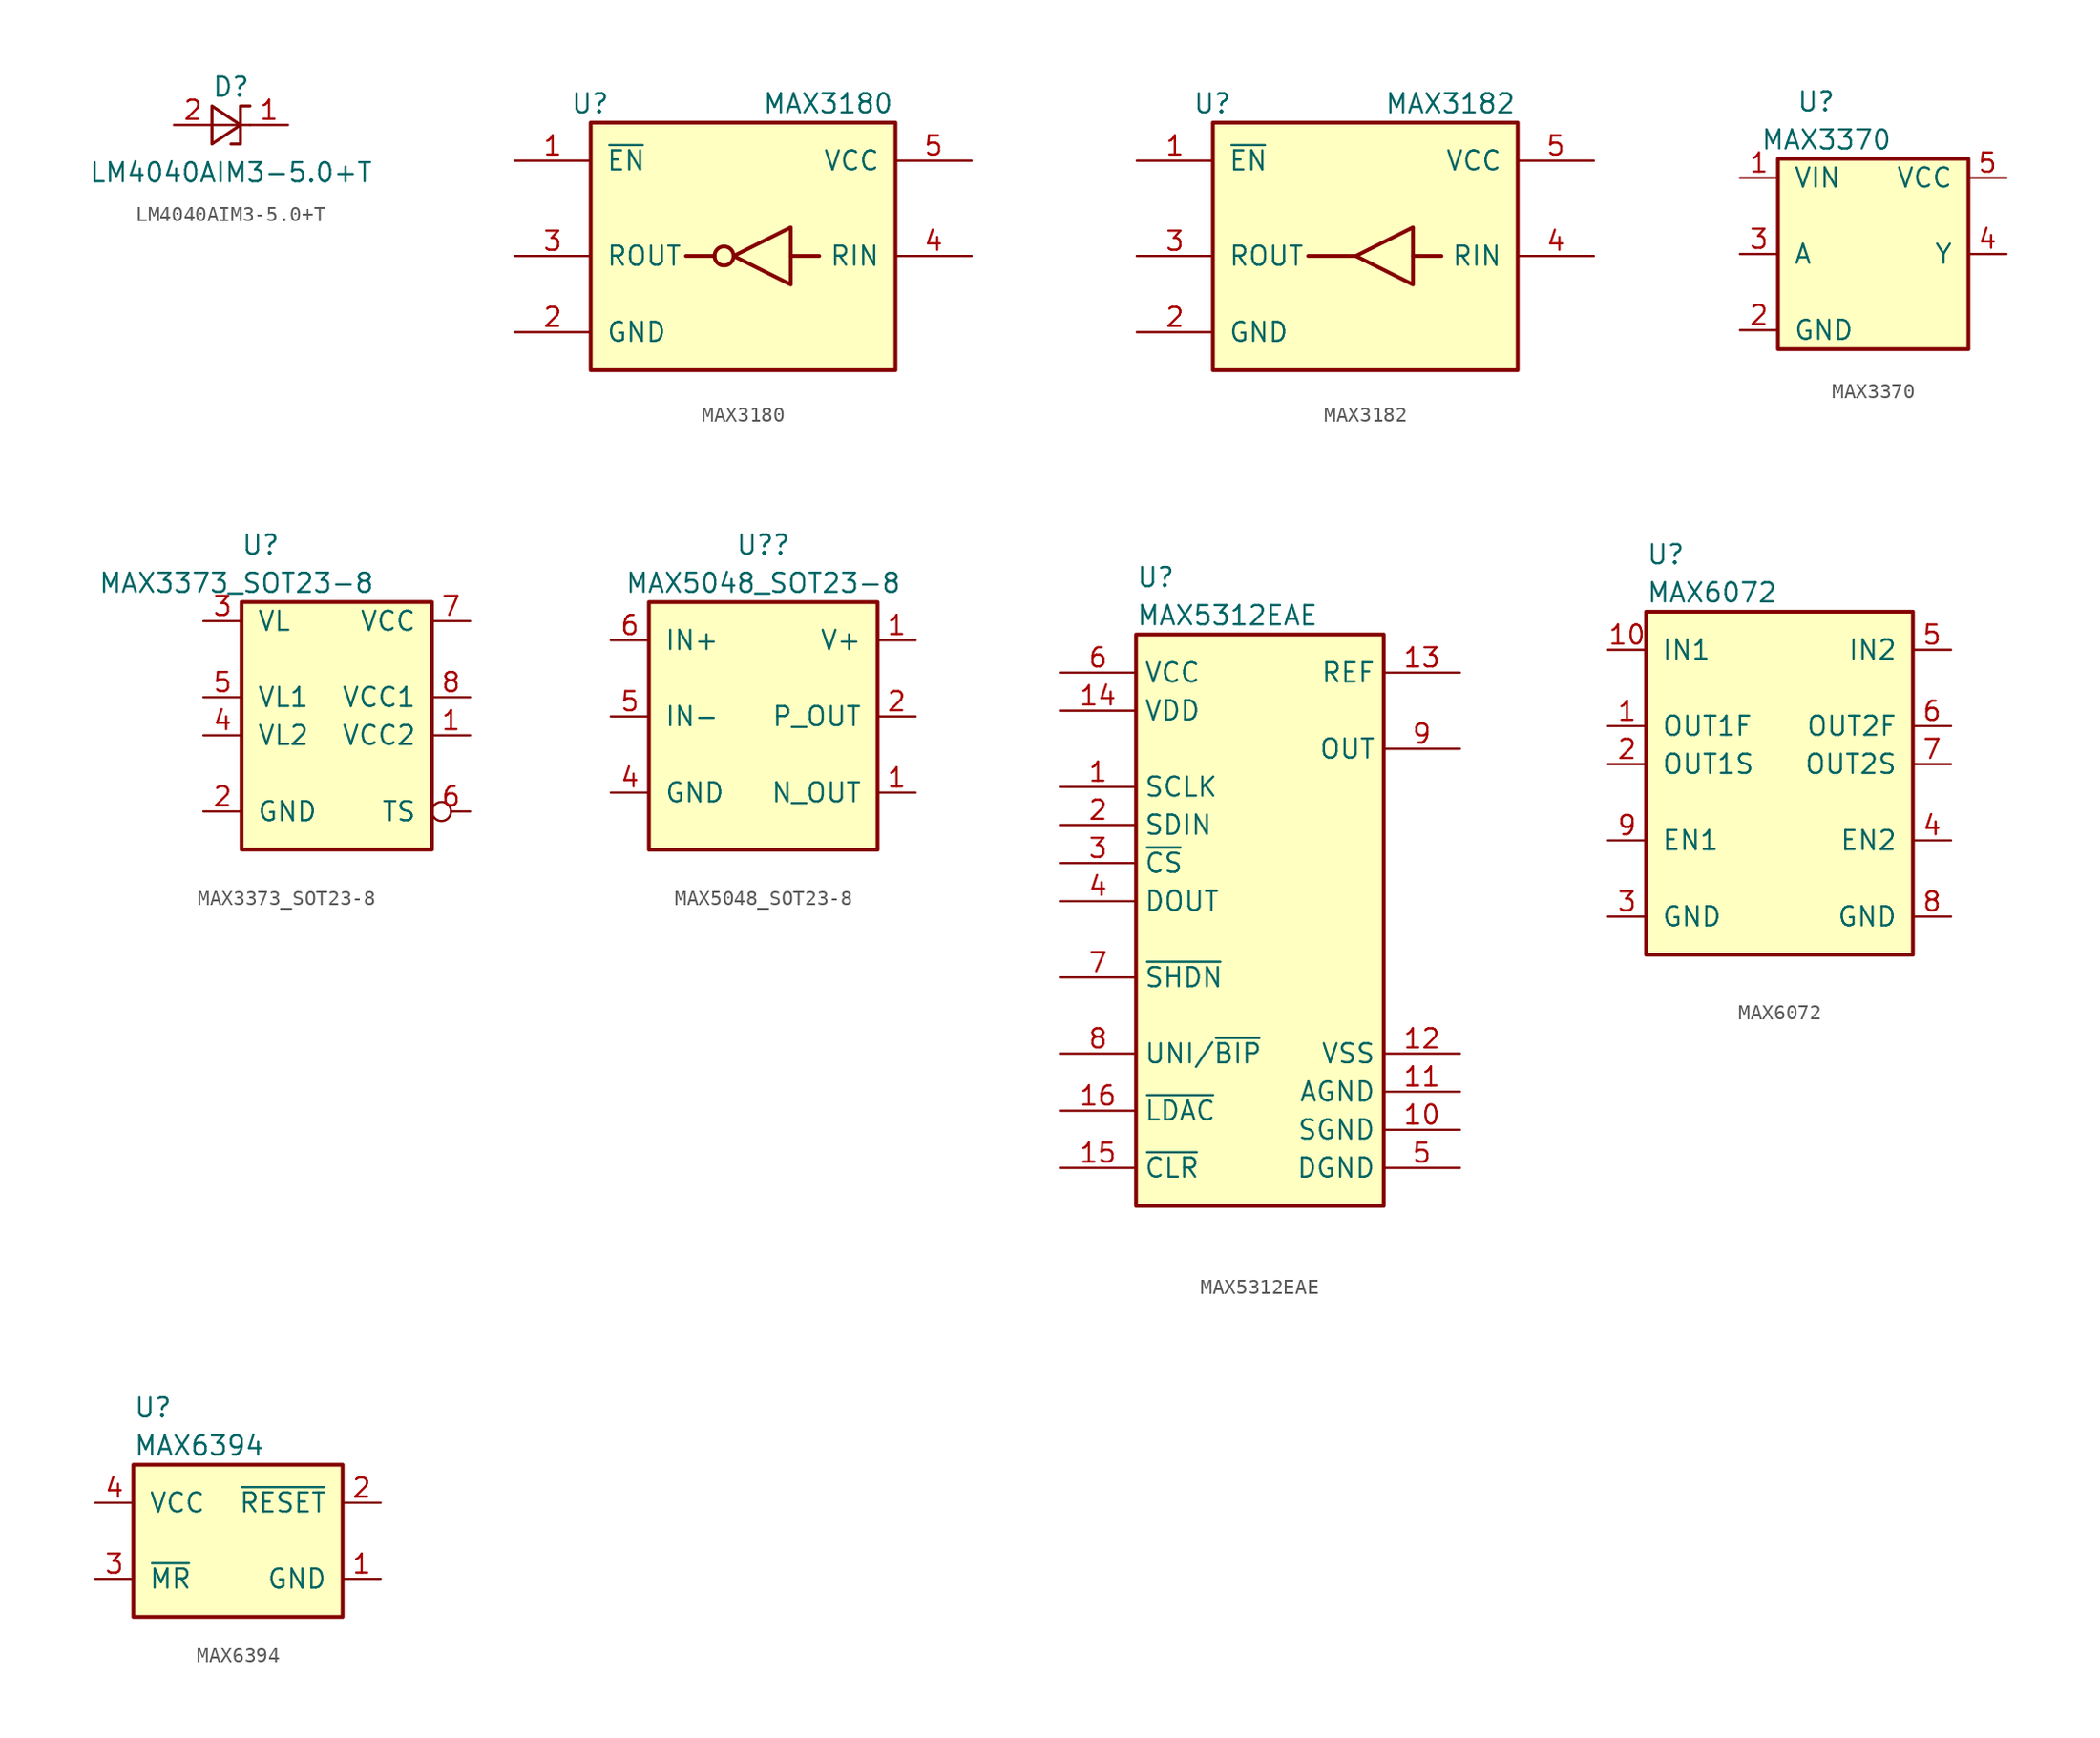
<source format=kicad_sym>
(kicad_symbol_lib
  (version 20211014)
  (generator kicad_symbol_editor)
  (symbol "LM4040AIM3-5.0+T"
    (pin_names
      (offset 0.025) hide)
    (property "Reference" "D"
      (at 0 2.54 0)
      (effects (font (size 1.27 1.27))))
    (property "Value" "LM4040AIM3-5.0+T"
      (at 0 -3.175 0)
      (effects (font (size 1.27 1.27))))
    (symbol "LM4040AIM3-5.0+T_0_1"
      (polyline (pts (xy -1.27 0) (xy 0 0) (xy 1.27 0)) (stroke (width 0) (type default)) (fill (type none)))
      (polyline (pts (xy -1.27 -1.27) (xy 0.635 0) (xy -1.27 1.27) (xy -1.27 -1.27)) (stroke (width 0.203) (type default)) (fill (type none)))
      (polyline (pts (xy 0 -1.27) (xy 0.635 -1.27) (xy 0.635 1.27) (xy 1.27 1.27)) (stroke (width 0.203) (type default)) (fill (type none))))
    (symbol "LM4040AIM3-5.0+T_1_1"
      (pin passive line (at 3.81 0 180) (length 2.54) (name "K" (effects (font (size 1.27 1.27)))) (number "1" (effects (font (size 1.27 1.27)))))
      (pin passive line (at -3.81 0 0) (length 2.54) (name "A" (effects (font (size 1.27 1.27)))) (number "2" (effects (font (size 1.27 1.27)))))))
  (symbol "MAX3180"
    (pin_names
      (offset 1.016))
    (property "Reference" "U"
      (at -10.16 6.35 0)
      (effects (font (size 1.27 1.27)) (justify right)))
    (property "Value" "MAX3180"
      (at 0 6.35 0)
      (effects (font (size 1.27 1.27)) (justify left)))
    (symbol "MAX3180_0_1"
      (rectangle (start -11.43 -11.43) (end 8.89 5.08) (stroke (width 0.254) (type default)) (fill (type background)))
      (circle (center -2.54 -3.81) (radius 0.635) (stroke (width 0.254) (type default)) (fill (type none)))
      (polyline (pts (xy -3.175 -3.81) (xy -5.08 -3.81)) (stroke (width 0.254) (type default)) (fill (type none)))
      (polyline (pts (xy 1.905 -3.81) (xy 3.81 -3.81)) (stroke (width 0.254) (type default)) (fill (type none)))
      (polyline (pts (xy 1.905 -1.905) (xy 1.905 -5.715) (xy -1.905 -3.81) (xy 1.905 -1.905)) (stroke (width 0.254) (type default)) (fill (type none))))
    (symbol "MAX3180_1_1"
      (pin input line (at -16.51 2.54 0) (length 5.08) (name "~{EN}" (effects (font (size 1.27 1.27)))) (number "1" (effects (font (size 1.27 1.27)))))
      (pin power_in line (at -16.51 -8.89 0) (length 5.08) (name "GND" (effects (font (size 1.27 1.27)))) (number "2" (effects (font (size 1.27 1.27)))))
      (pin output line (at -16.51 -3.81 0) (length 5.08) (name "ROUT" (effects (font (size 1.27 1.27)))) (number "3" (effects (font (size 1.27 1.27)))))
      (pin input line (at 13.97 -3.81 180) (length 5.08) (name "RIN" (effects (font (size 1.27 1.27)))) (number "4" (effects (font (size 1.27 1.27)))))
      (pin power_in line (at 13.97 2.54 180) (length 5.08) (name "VCC" (effects (font (size 1.27 1.27)))) (number "5" (effects (font (size 1.27 1.27)))))))
  (symbol "MAX3182"
    (pin_names
      (offset 1.016))
    (property "Reference" "U"
      (at -10.16 6.35 0)
      (effects (font (size 1.27 1.27)) (justify right)))
    (property "Value" "MAX3182"
      (at 0 6.35 0)
      (effects (font (size 1.27 1.27)) (justify left)))
    (symbol "MAX3182_0_1"
      (rectangle (start -11.43 -11.43) (end 8.89 5.08) (stroke (width 0.254) (type default)) (fill (type background)))
      (polyline (pts (xy -1.778 -3.81) (xy -5.08 -3.81)) (stroke (width 0.254) (type default)) (fill (type none)))
      (polyline (pts (xy 1.905 -3.81) (xy 3.81 -3.81)) (stroke (width 0.254) (type default)) (fill (type none)))
      (polyline (pts (xy 1.905 -1.905) (xy 1.905 -5.715) (xy -1.905 -3.81) (xy 1.905 -1.905)) (stroke (width 0.254) (type default)) (fill (type none))))
    (symbol "MAX3182_1_1"
      (pin input line (at -16.51 2.54 0) (length 5.08) (name "~{EN}" (effects (font (size 1.27 1.27)))) (number "1" (effects (font (size 1.27 1.27)))))
      (pin power_in line (at -16.51 -8.89 0) (length 5.08) (name "GND" (effects (font (size 1.27 1.27)))) (number "2" (effects (font (size 1.27 1.27)))))
      (pin output line (at -16.51 -3.81 0) (length 5.08) (name "ROUT" (effects (font (size 1.27 1.27)))) (number "3" (effects (font (size 1.27 1.27)))))
      (pin input line (at 13.97 -3.81 180) (length 5.08) (name "RIN" (effects (font (size 1.27 1.27)))) (number "4" (effects (font (size 1.27 1.27)))))
      (pin power_in line (at 13.97 2.54 180) (length 5.08) (name "VCC" (effects (font (size 1.27 1.27)))) (number "5" (effects (font (size 1.27 1.27)))))))
  (symbol "MAX3370"
    (pin_names
      (offset 1.016))
    (property "Reference" "U"
      (at -7.62 12.7 0)
      (effects (font (size 1.27 1.27))))
    (property "Value" "MAX3370"
      (at -2.54 10.16 0)
      (effects (font (size 1.27 1.27)) (justify right)))
    (symbol "MAX3370_0_1"
      (rectangle (start -10.16 8.89) (end 2.54 -3.81) (stroke (width 0.254) (type default)) (fill (type background))))
    (symbol "MAX3370_1_1"
      (pin power_in line (at -12.7 7.62 0) (length 2.54) (name "VIN" (effects (font (size 1.27 1.27)))) (number "1" (effects (font (size 1.27 1.27)))))
      (pin power_in line (at -12.7 -2.54 0) (length 2.54) (name "GND" (effects (font (size 1.27 1.27)))) (number "2" (effects (font (size 1.27 1.27)))))
      (pin input line (at -12.7 2.54 0) (length 2.54) (name "A" (effects (font (size 1.27 1.27)))) (number "3" (effects (font (size 1.27 1.27)))))
      (pin output line (at 5.08 2.54 180) (length 2.54) (name "Y" (effects (font (size 1.27 1.27)))) (number "4" (effects (font (size 1.27 1.27)))))
      (pin power_in line (at 5.08 7.62 180) (length 2.54) (name "VCC" (effects (font (size 1.27 1.27)))) (number "5" (effects (font (size 1.27 1.27)))))))
  (symbol "MAX3373_SOT23-8"
    (pin_names
      (offset 1.016))
    (property "Reference" "U"
      (at -8.89 12.7 0)
      (effects (font (size 1.27 1.27))))
    (property "Value" "MAX3373_SOT23-8"
      (at -1.27 10.16 0)
      (effects (font (size 1.27 1.27)) (justify right)))
    (symbol "MAX3373_SOT23-8_0_1"
      (rectangle (start -10.16 8.89) (end 2.54 -7.62) (stroke (width 0.254) (type default)) (fill (type background))))
    (symbol "MAX3373_SOT23-8_1_1"
      (pin bidirectional line (at 5.08 0 180) (length 2.54) (name "VCC2" (effects (font (size 1.27 1.27)))) (number "1" (effects (font (size 1.27 1.27)))))
      (pin power_in line (at -12.7 -5.08 0) (length 2.54) (name "GND" (effects (font (size 1.27 1.27)))) (number "2" (effects (font (size 1.27 1.27)))))
      (pin power_in line (at -12.7 7.62 0) (length 2.54) (name "VL" (effects (font (size 1.27 1.27)))) (number "3" (effects (font (size 1.27 1.27)))))
      (pin bidirectional line (at -12.7 0 0) (length 2.54) (name "VL2" (effects (font (size 1.27 1.27)))) (number "4" (effects (font (size 1.27 1.27)))))
      (pin bidirectional line (at -12.7 2.54 0) (length 2.54) (name "VL1" (effects (font (size 1.27 1.27)))) (number "5" (effects (font (size 1.27 1.27)))))
      (pin input inverted (at 5.08 -5.08 180) (length 2.54) (name "TS" (effects (font (size 1.27 1.27)))) (number "6" (effects (font (size 1.27 1.27)))))
      (pin power_in line (at 5.08 7.62 180) (length 2.54) (name "VCC" (effects (font (size 1.27 1.27)))) (number "7" (effects (font (size 1.27 1.27)))))
      (pin bidirectional line (at 5.08 2.54 180) (length 2.54) (name "VCC1" (effects (font (size 1.27 1.27)))) (number "8" (effects (font (size 1.27 1.27)))))))
  (symbol "MAX5048_SOT23-8"
    (pin_names
      (offset 1.016))
    (property "Reference" "U?"
      (at 0 11.43 0)
      (effects (font (size 1.27 1.27))))
    (property "Value" "MAX5048_SOT23-8"
      (at 0 8.89 0)
      (effects (font (size 1.27 1.27))))
    (symbol "MAX5048_SOT23-8_0_1"
      (rectangle (start -7.62 7.62) (end 7.62 -8.89) (stroke (width 0.254) (type default)) (fill (type background))))
    (symbol "MAX5048_SOT23-8_1_1"
      (pin output line (at 10.16 -5.08 180) (length 2.54) (name "N_OUT" (effects (font (size 1.27 1.27)))) (number "1" (effects (font (size 1.27 1.27)))))
      (pin power_in line (at 10.16 5.08 180) (length 2.54) (name "V+" (effects (font (size 1.27 1.27)))) (number "1" (effects (font (size 1.27 1.27)))))
      (pin output line (at 10.16 0 180) (length 2.54) (name "P_OUT" (effects (font (size 1.27 1.27)))) (number "2" (effects (font (size 1.27 1.27)))))
      (pin power_in line (at -10.16 -5.08 0) (length 2.54) (name "GND" (effects (font (size 1.27 1.27)))) (number "4" (effects (font (size 1.27 1.27)))))
      (pin input line (at -10.16 0 0) (length 2.54) (name "IN-" (effects (font (size 1.27 1.27)))) (number "5" (effects (font (size 1.27 1.27)))))
      (pin input line (at -10.16 5.08 0) (length 2.54) (name "IN+" (effects (font (size 1.27 1.27)))) (number "6" (effects (font (size 1.27 1.27)))))))
  (symbol "MAX5312EAE"
    (property "Reference" "U"
      (at -7.62 21.59 0)
      (effects (font (size 1.27 1.27)) (justify left)))
    (property "Value" "MAX5312EAE"
      (at -7.62 19.05 0)
      (effects (font (size 1.27 1.27)) (justify left)))
    (symbol "MAX5312EAE_0_1"
      (rectangle (start -7.62 17.78) (end 8.89 -20.32) (stroke (width 0.254) (type default)) (fill (type background))))
    (symbol "MAX5312EAE_1_1"
      (pin input line (at -12.7 7.62 0) (length 5.08) (name "SCLK" (effects (font (size 1.27 1.27)))) (number "1" (effects (font (size 1.27 1.27)))))
      (pin power_in line (at 13.97 -15.24 180) (length 5.08) (name "SGND" (effects (font (size 1.27 1.27)))) (number "10" (effects (font (size 1.27 1.27)))))
      (pin power_in line (at 13.97 -12.7 180) (length 5.08) (name "AGND" (effects (font (size 1.27 1.27)))) (number "11" (effects (font (size 1.27 1.27)))))
      (pin power_in line (at 13.97 -10.16 180) (length 5.08) (name "VSS" (effects (font (size 1.27 1.27)))) (number "12" (effects (font (size 1.27 1.27)))))
      (pin power_in line (at 13.97 15.24 180) (length 5.08) (name "REF" (effects (font (size 1.27 1.27)))) (number "13" (effects (font (size 1.27 1.27)))))
      (pin power_in line (at -12.7 12.7 0) (length 5.08) (name "VDD" (effects (font (size 1.27 1.27)))) (number "14" (effects (font (size 1.27 1.27)))))
      (pin input line (at -12.7 -17.78 0) (length 5.08) (name "~{CLR}" (effects (font (size 1.27 1.27)))) (number "15" (effects (font (size 1.27 1.27)))))
      (pin input line (at -12.7 -13.97 0) (length 5.08) (name "~{LDAC}" (effects (font (size 1.27 1.27)))) (number "16" (effects (font (size 1.27 1.27)))))
      (pin input line (at -12.7 5.08 0) (length 5.08) (name "SDIN" (effects (font (size 1.27 1.27)))) (number "2" (effects (font (size 1.27 1.27)))))
      (pin input line (at -12.7 2.54 0) (length 5.08) (name "~{CS}" (effects (font (size 1.27 1.27)))) (number "3" (effects (font (size 1.27 1.27)))))
      (pin output line (at -12.7 0 0) (length 5.08) (name "DOUT" (effects (font (size 1.27 1.27)))) (number "4" (effects (font (size 1.27 1.27)))))
      (pin power_in line (at 13.97 -17.78 180) (length 5.08) (name "DGND" (effects (font (size 1.27 1.27)))) (number "5" (effects (font (size 1.27 1.27)))))
      (pin power_in line (at -12.7 15.24 0) (length 5.08) (name "VCC" (effects (font (size 1.27 1.27)))) (number "6" (effects (font (size 1.27 1.27)))))
      (pin input line (at -12.7 -5.08 0) (length 5.08) (name "~{SHDN}" (effects (font (size 1.27 1.27)))) (number "7" (effects (font (size 1.27 1.27)))))
      (pin input line (at -12.7 -10.16 0) (length 5.08) (name "UNI/~{BIP}" (effects (font (size 1.27 1.27)))) (number "8" (effects (font (size 1.27 1.27)))))
      (pin output line (at 13.97 10.16 180) (length 5.08) (name "OUT" (effects (font (size 1.27 1.27)))) (number "9" (effects (font (size 1.27 1.27)))))))
  (symbol "MAX6072"
    (pin_names
      (offset 1.016))
    (property "Reference" "U"
      (at -8.89 13.97 0)
      (effects (font (size 1.27 1.27)) (justify left)))
    (property "Value" "MAX6072"
      (at -8.89 11.43 0)
      (effects (font (size 1.27 1.27)) (justify left)))
    (symbol "MAX6072_0_1"
      (rectangle (start -8.89 10.16) (end 8.89 -12.7) (stroke (width 0.254) (type default)) (fill (type background))))
    (symbol "MAX6072_1_1"
      (pin output line (at -11.43 2.54 0) (length 2.54) (name "OUT1F" (effects (font (size 1.27 1.27)))) (number "1" (effects (font (size 1.27 1.27)))))
      (pin power_in line (at -11.43 7.62 0) (length 2.54) (name "IN1" (effects (font (size 1.27 1.27)))) (number "10" (effects (font (size 1.27 1.27)))))
      (pin input line (at -11.43 0 0) (length 2.54) (name "OUT1S" (effects (font (size 1.27 1.27)))) (number "2" (effects (font (size 1.27 1.27)))))
      (pin power_in line (at -11.43 -10.16 0) (length 2.54) (name "GND" (effects (font (size 1.27 1.27)))) (number "3" (effects (font (size 1.27 1.27)))))
      (pin input line (at 11.43 -5.08 180) (length 2.54) (name "EN2" (effects (font (size 1.27 1.27)))) (number "4" (effects (font (size 1.27 1.27)))))
      (pin power_in line (at 11.43 7.62 180) (length 2.54) (name "IN2" (effects (font (size 1.27 1.27)))) (number "5" (effects (font (size 1.27 1.27)))))
      (pin output line (at 11.43 2.54 180) (length 2.54) (name "OUT2F" (effects (font (size 1.27 1.27)))) (number "6" (effects (font (size 1.27 1.27)))))
      (pin input line (at 11.43 0 180) (length 2.54) (name "OUT2S" (effects (font (size 1.27 1.27)))) (number "7" (effects (font (size 1.27 1.27)))))
      (pin power_in line (at 11.43 -10.16 180) (length 2.54) (name "GND" (effects (font (size 1.27 1.27)))) (number "8" (effects (font (size 1.27 1.27)))))
      (pin input line (at -11.43 -5.08 0) (length 2.54) (name "EN1" (effects (font (size 1.27 1.27)))) (number "9" (effects (font (size 1.27 1.27)))))))
  (symbol "MAX6394"
    (pin_names
      (offset 1.016))
    (property "Reference" "U"
      (at -6.35 12.7 0)
      (effects (font (size 1.27 1.27)) (justify left)))
    (property "Value" "MAX6394"
      (at -6.35 10.16 0)
      (effects (font (size 1.27 1.27)) (justify left)))
    (symbol "MAX6394_0_1"
      (rectangle (start -6.35 8.89) (end 7.62 -1.27) (stroke (width 0.254) (type default)) (fill (type background))))
    (symbol "MAX6394_1_1"
      (pin power_in line (at 10.16 1.27 180) (length 2.54) (name "GND" (effects (font (size 1.27 1.27)))) (number "1" (effects (font (size 1.27 1.27)))))
      (pin open_collector line (at 10.16 6.35 180) (length 2.54) (name "~{RESET}" (effects (font (size 1.27 1.27)))) (number "2" (effects (font (size 1.27 1.27)))))
      (pin input line (at -8.89 1.27 0) (length 2.54) (name "~{MR}" (effects (font (size 1.27 1.27)))) (number "3" (effects (font (size 1.27 1.27)))))
      (pin power_in line (at -8.89 6.35 0) (length 2.54) (name "VCC" (effects (font (size 1.27 1.27)))) (number "4" (effects (font (size 1.27 1.27))))))))
</source>
